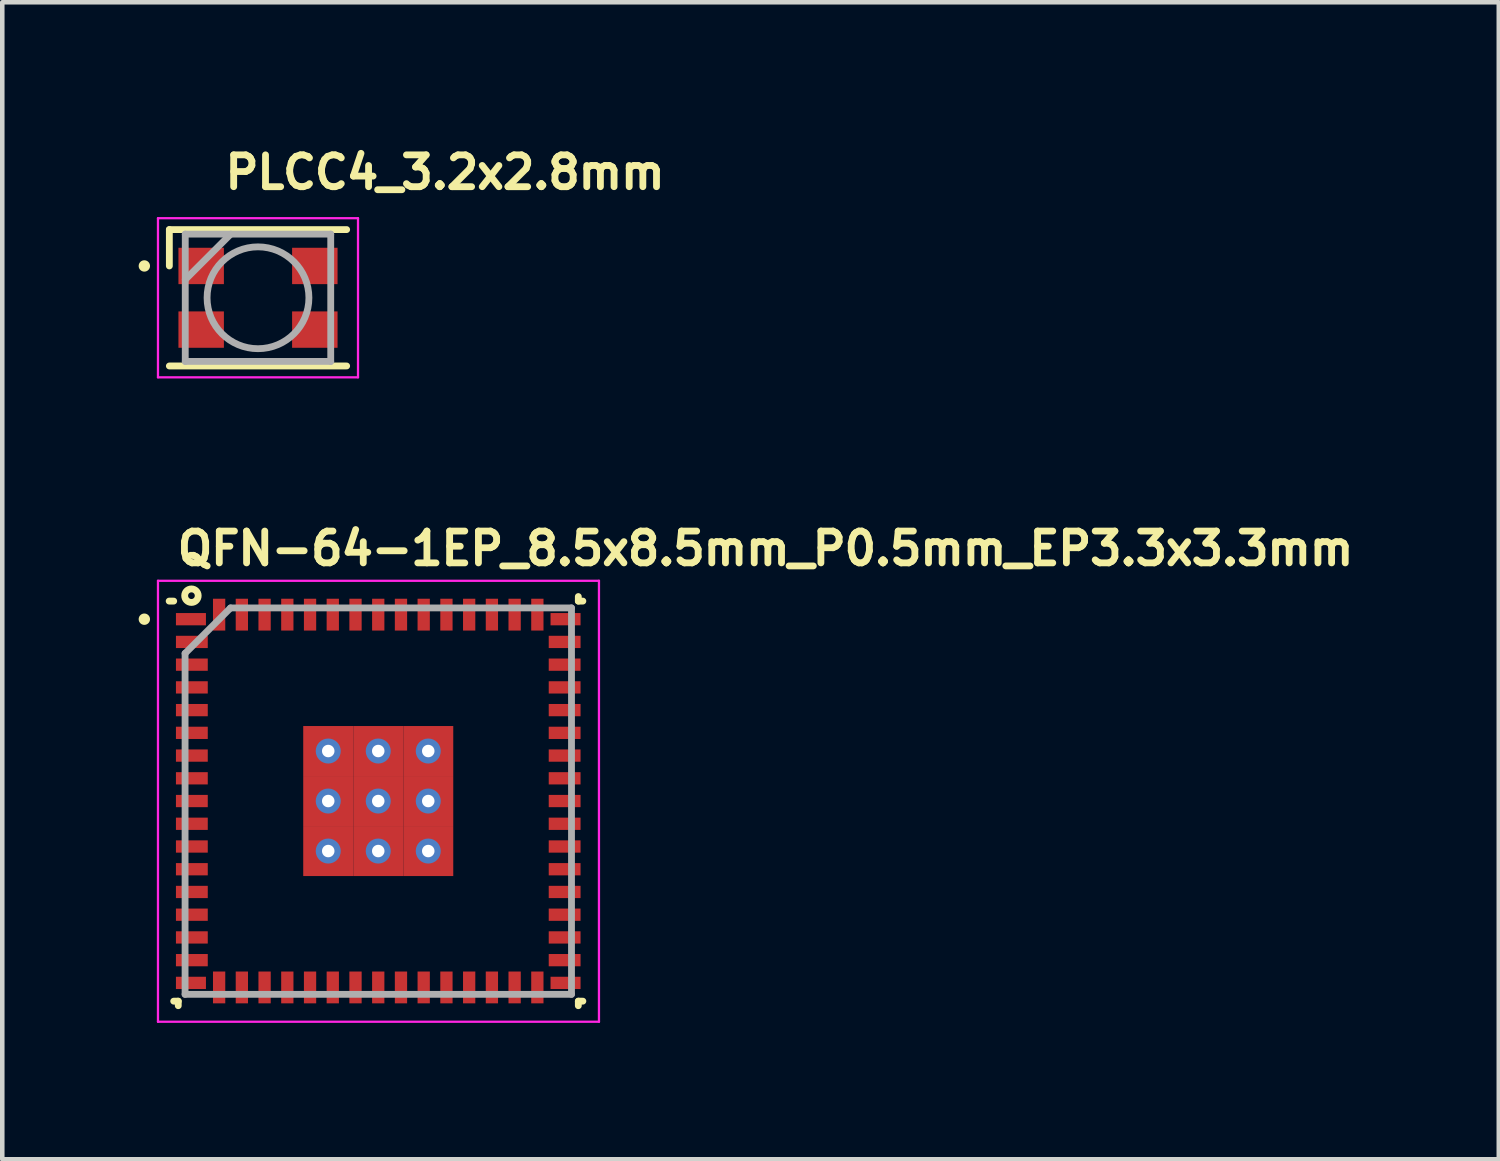
<source format=kicad_pcb>
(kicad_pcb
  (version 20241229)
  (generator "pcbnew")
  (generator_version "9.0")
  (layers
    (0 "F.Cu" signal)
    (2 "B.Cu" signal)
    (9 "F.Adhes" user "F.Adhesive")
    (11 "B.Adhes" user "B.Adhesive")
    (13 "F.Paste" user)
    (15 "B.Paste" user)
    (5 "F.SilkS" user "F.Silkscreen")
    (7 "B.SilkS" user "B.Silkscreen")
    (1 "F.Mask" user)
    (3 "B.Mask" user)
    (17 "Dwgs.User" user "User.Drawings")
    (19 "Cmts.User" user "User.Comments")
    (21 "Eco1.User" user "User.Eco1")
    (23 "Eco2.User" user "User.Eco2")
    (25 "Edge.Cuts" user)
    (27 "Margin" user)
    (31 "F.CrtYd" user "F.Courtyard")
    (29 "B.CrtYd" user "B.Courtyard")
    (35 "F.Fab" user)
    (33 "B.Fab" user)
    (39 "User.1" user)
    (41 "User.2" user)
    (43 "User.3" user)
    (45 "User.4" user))
  (footprint "QFN-64-1EP_8.5x8.5mm_P0.5mm_EP3.3x3.3mm"
    (layer "F.Cu")
    (at 5.225 14.625)
    (property "Reference" "QFN-64-1EP_8.5x8.5mm_P0.5mm_EP3.3x3.3mm" (at -4.45 -5.2 0) (unlocked yes) (layer "F.SilkS") (effects (font (size 0.7 0.7) (thickness 0.15)) (justify left bottom)))
    (attr smd allow_soldermask_bridges)
    (fp_line (start -4.454 -4.453) (end -4.554 -4.453) (stroke (width 0.15) (type solid)) (layer "F.SilkS"))
    (fp_line (start -4.454 4.347) (end -4.354 4.347) (stroke (width 0.15) (type solid)) (layer "F.SilkS"))
    (fp_line (start -4.354 4.347) (end -4.354 4.447) (stroke (width 0.15) (type solid)) (layer "F.SilkS"))
    (fp_line (start 4.446 -4.453) (end 4.446 -4.553) (stroke (width 0.15) (type solid)) (layer "F.SilkS"))
    (fp_line (start 4.446 4.347) (end 4.446 4.447) (stroke (width 0.15) (type solid)) (layer "F.SilkS"))
    (fp_line (start 4.546 -4.453) (end 4.446 -4.453) (stroke (width 0.15) (type solid)) (layer "F.SilkS"))
    (fp_line (start 4.546 4.347) (end 4.446 4.347) (stroke (width 0.15) (type solid)) (layer "F.SilkS"))
    (fp_circle (center -5.1 -4.055) (end -5.05 -4.055) (stroke (width 0.15) (type solid)) (fill yes) (layer "F.SilkS"))
    (fp_circle (center -4.064 -4.572) (end -3.964 -4.462) (stroke (width 0.15) (type solid)) (fill no) (layer "F.SilkS"))
    (fp_line (start -4.8 -4.9) (end 4.9 -4.9) (stroke (width 0.05) (type solid)) (layer "F.CrtYd"))
    (fp_line (start -4.8 4.8) (end -4.8 -4.9) (stroke (width 0.05) (type solid)) (layer "F.CrtYd"))
    (fp_line (start 4.9 -4.9) (end 4.9 4.8) (stroke (width 0.05) (type solid)) (layer "F.CrtYd"))
    (fp_line (start 4.9 4.8) (end -4.8 4.8) (stroke (width 0.05) (type solid)) (layer "F.CrtYd"))
    (fp_line (start -4.204 -3.303) (end -4.204 4.197) (stroke (width 0.15) (type solid)) (layer "F.Fab"))
    (fp_line (start -4.204 4.197) (end 4.296 4.197) (stroke (width 0.15) (type solid)) (layer "F.Fab"))
    (fp_line (start -3.204 -4.303) (end -4.204 -3.303) (stroke (width 0.15) (type solid)) (layer "F.Fab"))
    (fp_line (start 4.296 -4.303) (end -3.204 -4.303) (stroke (width 0.15) (type solid)) (layer "F.Fab"))
    (fp_line (start 4.296 4.197) (end 4.296 -4.303) (stroke (width 0.15) (type solid)) (layer "F.Fab"))
    (pad "1" smd rect (at -4.075 -4.055 90) (size 0.27 0.66) (layers "F.Cu" "F.Mask" "F.Paste"))
    (pad "2" smd rect (at -4.055 -3.555 90) (size 0.27 0.7) (layers "F.Cu" "F.Mask" "F.Paste"))
    (pad "3" smd rect (at -4.055 -3.055 90) (size 0.27 0.7) (layers "F.Cu" "F.Mask" "F.Paste"))
    (pad "4" smd rect (at -4.055 -2.555 90) (size 0.27 0.7) (layers "F.Cu" "F.Mask" "F.Paste"))
    (pad "5" smd rect (at -4.055 -2.055 90) (size 0.27 0.7) (layers "F.Cu" "F.Mask" "F.Paste"))
    (pad "6" smd rect (at -4.055 -1.555 90) (size 0.27 0.7) (layers "F.Cu" "F.Mask" "F.Paste"))
    (pad "7" smd rect (at -4.055 -1.055 90) (size 0.27 0.7) (layers "F.Cu" "F.Mask" "F.Paste"))
    (pad "8" smd rect (at -4.055 -0.555 90) (size 0.27 0.7) (layers "F.Cu" "F.Mask" "F.Paste"))
    (pad "9" smd rect (at -4.055 -0.055 90) (size 0.27 0.7) (layers "F.Cu" "F.Mask" "F.Paste"))
    (pad "10" smd rect (at -4.055 0.445 90) (size 0.27 0.7) (layers "F.Cu" "F.Mask" "F.Paste"))
    (pad "11" smd rect (at -4.055 0.945 90) (size 0.27 0.7) (layers "F.Cu" "F.Mask" "F.Paste"))
    (pad "12" smd rect (at -4.055 1.445 90) (size 0.27 0.7) (layers "F.Cu" "F.Mask" "F.Paste"))
    (pad "13" smd rect (at -4.055 1.945 90) (size 0.27 0.7) (layers "F.Cu" "F.Mask" "F.Paste"))
    (pad "14" smd rect (at -4.055 2.445 90) (size 0.27 0.7) (layers "F.Cu" "F.Mask" "F.Paste"))
    (pad "15" smd rect (at -4.055 2.945 90) (size 0.27 0.7) (layers "F.Cu" "F.Mask" "F.Paste"))
    (pad "16" smd rect (at -4.055 3.445 90) (size 0.27 0.7) (layers "F.Cu" "F.Mask" "F.Paste"))
    (pad "17" smd rect (at -4.075 3.945 90) (size 0.27 0.66) (layers "F.Cu" "F.Mask" "F.Paste"))
    (pad "18" smd rect (at -3.455 4.045) (size 0.27 0.7) (layers "F.Cu" "F.Mask" "F.Paste"))
    (pad "19" smd rect (at -2.955 4.045) (size 0.27 0.7) (layers "F.Cu" "F.Mask" "F.Paste"))
    (pad "20" smd rect (at -2.455 4.045) (size 0.27 0.7) (layers "F.Cu" "F.Mask" "F.Paste"))
    (pad "21" smd rect (at -1.955 4.045) (size 0.27 0.7) (layers "F.Cu" "F.Mask" "F.Paste"))
    (pad "22" smd rect (at -1.455 4.045) (size 0.27 0.7) (layers "F.Cu" "F.Mask" "F.Paste"))
    (pad "23" smd rect (at -0.955 4.045) (size 0.27 0.7) (layers "F.Cu" "F.Mask" "F.Paste"))
    (pad "24" smd rect (at -0.455 4.045) (size 0.27 0.7) (layers "F.Cu" "F.Mask" "F.Paste"))
    (pad "25" smd rect (at 0.045 4.045) (size 0.27 0.7) (layers "F.Cu" "F.Mask" "F.Paste"))
    (pad "26" smd rect (at 0.545 4.045) (size 0.27 0.7) (layers "F.Cu" "F.Mask" "F.Paste"))
    (pad "27" smd rect (at 1.045 4.045) (size 0.27 0.7) (layers "F.Cu" "F.Mask" "F.Paste"))
    (pad "28" smd rect (at 1.545 4.045) (size 0.27 0.7) (layers "F.Cu" "F.Mask" "F.Paste"))
    (pad "29" smd rect (at 2.045 4.045) (size 0.27 0.7) (layers "F.Cu" "F.Mask" "F.Paste"))
    (pad "30" smd rect (at 2.545 4.045) (size 0.27 0.7) (layers "F.Cu" "F.Mask" "F.Paste"))
    (pad "31" smd rect (at 3.045 4.045) (size 0.27 0.7) (layers "F.Cu" "F.Mask" "F.Paste"))
    (pad "32" smd rect (at 3.545 4.045) (size 0.27 0.7) (layers "F.Cu" "F.Mask" "F.Paste"))
    (pad "33" smd rect (at 4.165 3.945 90) (size 0.27 0.66) (layers "F.Cu" "F.Mask" "F.Paste"))
    (pad "34" smd rect (at 4.145 3.445 90) (size 0.27 0.7) (layers "F.Cu" "F.Mask" "F.Paste"))
    (pad "35" smd rect (at 4.145 2.945 90) (size 0.27 0.7) (layers "F.Cu" "F.Mask" "F.Paste"))
    (pad "36" smd rect (at 4.145 2.445 90) (size 0.27 0.7) (layers "F.Cu" "F.Mask" "F.Paste"))
    (pad "37" smd rect (at 4.145 1.945 90) (size 0.27 0.7) (layers "F.Cu" "F.Mask" "F.Paste"))
    (pad "38" smd rect (at 4.145 1.445 90) (size 0.27 0.7) (layers "F.Cu" "F.Mask" "F.Paste"))
    (pad "39" smd rect (at 4.145 0.945 90) (size 0.27 0.7) (layers "F.Cu" "F.Mask" "F.Paste"))
    (pad "40" smd rect (at 4.145 0.445 90) (size 0.27 0.7) (layers "F.Cu" "F.Mask" "F.Paste"))
    (pad "41" smd rect (at 4.145 -0.055 90) (size 0.27 0.7) (layers "F.Cu" "F.Mask" "F.Paste"))
    (pad "42" smd rect (at 4.145 -0.555 90) (size 0.27 0.7) (layers "F.Cu" "F.Mask" "F.Paste"))
    (pad "43" smd rect (at 4.145 -1.055 90) (size 0.27 0.7) (layers "F.Cu" "F.Mask" "F.Paste"))
    (pad "44" smd rect (at 4.145 -1.555 90) (size 0.27 0.7) (layers "F.Cu" "F.Mask" "F.Paste"))
    (pad "45" smd rect (at 4.145 -2.055 90) (size 0.27 0.7) (layers "F.Cu" "F.Mask" "F.Paste"))
    (pad "46" smd rect (at 4.145 -2.555 90) (size 0.27 0.7) (layers "F.Cu" "F.Mask" "F.Paste"))
    (pad "47" smd rect (at 4.145 -3.055 90) (size 0.27 0.7) (layers "F.Cu" "F.Mask" "F.Paste"))
    (pad "48" smd rect (at 4.145 -3.555 90) (size 0.27 0.7) (layers "F.Cu" "F.Mask" "F.Paste"))
    (pad "49" smd rect (at 4.165 -4.055 90) (size 0.27 0.66) (layers "F.Cu" "F.Mask" "F.Paste"))
    (pad "50" smd rect (at 3.545 -4.155) (size 0.27 0.7) (layers "F.Cu" "F.Mask" "F.Paste"))
    (pad "51" smd rect (at 3.045 -4.155) (size 0.27 0.7) (layers "F.Cu" "F.Mask" "F.Paste"))
    (pad "52" smd rect (at 2.545 -4.155) (size 0.27 0.7) (layers "F.Cu" "F.Mask" "F.Paste"))
    (pad "53" smd rect (at 2.045 -4.155) (size 0.27 0.7) (layers "F.Cu" "F.Mask" "F.Paste"))
    (pad "54" smd rect (at 1.545 -4.155) (size 0.27 0.7) (layers "F.Cu" "F.Mask" "F.Paste"))
    (pad "55" smd rect (at 1.045 -4.155) (size 0.27 0.7) (layers "F.Cu" "F.Mask" "F.Paste"))
    (pad "56" smd rect (at 0.545 -4.155) (size 0.27 0.7) (layers "F.Cu" "F.Mask" "F.Paste"))
    (pad "57" smd rect (at 0.045 -4.155) (size 0.27 0.7) (layers "F.Cu" "F.Mask" "F.Paste"))
    (pad "58" smd rect (at -0.455 -4.155) (size 0.27 0.7) (layers "F.Cu" "F.Mask" "F.Paste"))
    (pad "59" smd rect (at -0.955 -4.155) (size 0.27 0.7) (layers "F.Cu" "F.Mask" "F.Paste"))
    (pad "60" smd rect (at -1.455 -4.155) (size 0.27 0.7) (layers "F.Cu" "F.Mask" "F.Paste"))
    (pad "61" smd rect (at -1.955 -4.155) (size 0.27 0.7) (layers "F.Cu" "F.Mask" "F.Paste"))
    (pad "62" smd rect (at -2.455 -4.155) (size 0.27 0.7) (layers "F.Cu" "F.Mask" "F.Paste"))
    (pad "63" smd rect (at -2.955 -4.155) (size 0.27 0.7) (layers "F.Cu" "F.Mask" "F.Paste"))
    (pad "64" smd rect (at -3.455 -4.155) (size 0.27 0.7) (layers "F.Cu" "F.Mask" "F.Paste"))
    (pad "65" thru_hole circle (at -1.055 -1.155) (size 0.55 0.55) (drill 0.275) (layers "*.Cu" "*.Mask"))
    (pad "65" smd rect (at -1.055 -1.155) (size 1.1 1.1) (layers "F.Cu" "F.Mask" "F.Paste"))
    (pad "65" thru_hole circle (at -1.055 -0.055) (size 0.55 0.55) (drill 0.275) (layers "*.Cu" "*.Mask"))
    (pad "65" smd rect (at -1.055 -0.055) (size 1.1 1.1) (layers "F.Cu" "F.Mask" "F.Paste"))
    (pad "65" thru_hole circle (at -1.055 1.045) (size 0.55 0.55) (drill 0.275) (layers "*.Cu" "*.Mask"))
    (pad "65" smd rect (at -1.055 1.045) (size 1.1 1.1) (layers "F.Cu" "F.Mask" "F.Paste"))
    (pad "65" thru_hole circle (at 0.045 -1.155) (size 0.55 0.55) (drill 0.275) (layers "*.Cu" "*.Mask"))
    (pad "65" smd rect (at 0.045 -1.155) (size 1.1 1.1) (layers "F.Cu" "F.Mask" "F.Paste"))
    (pad "65" thru_hole circle (at 0.045 -0.055) (size 0.55 0.55) (drill 0.275) (layers "*.Cu" "*.Mask"))
    (pad "65" smd rect (at 0.045 -0.055) (size 1.1 1.1) (layers "F.Cu" "F.Mask" "F.Paste"))
    (pad "65" thru_hole circle (at 0.045 1.045) (size 0.55 0.55) (drill 0.275) (layers "*.Cu" "*.Mask"))
    (pad "65" smd rect (at 0.045 1.045) (size 1.1 1.1) (layers "F.Cu" "F.Mask" "F.Paste"))
    (pad "65" thru_hole circle (at 1.145 -1.155) (size 0.55 0.55) (drill 0.275) (layers "*.Cu" "*.Mask"))
    (pad "65" smd rect (at 1.145 -1.155) (size 1.1 1.1) (layers "F.Cu" "F.Mask" "F.Paste"))
    (pad "65" thru_hole circle (at 1.145 -0.055) (size 0.55 0.55) (drill 0.275) (layers "*.Cu" "*.Mask"))
    (pad "65" smd rect (at 1.145 -0.055) (size 1.1 1.1) (layers "F.Cu" "F.Mask" "F.Paste"))
    (pad "65" thru_hole circle (at 1.145 1.045) (size 0.55 0.55) (drill 0.275) (layers "*.Cu" "*.Mask"))
    (pad "65" smd rect (at 1.145 1.045) (size 1.1 1.1) (layers "F.Cu" "F.Mask" "F.Paste")))
  (footprint "PLCC4_3.2x2.8mm"
    (layer "F.Cu")
    (at 0.425 1.75)
    (property "Reference" "PLCC4_3.2x2.8mm" (at 1.4 -0.6 0) (unlocked yes) (layer "F.SilkS") (effects (font (size 0.7 0.7) (thickness 0.15)) (justify left bottom)))
    (attr smd)
    (fp_line (start 0.25 0.25) (end 4.15 0.25) (stroke (width 0.15) (type solid)) (layer "F.SilkS"))
    (fp_line (start 0.25 1.05) (end 0.25 0.25) (stroke (width 0.15) (type solid)) (layer "F.SilkS"))
    (fp_line (start 0.25 3.25) (end 4.15 3.25) (stroke (width 0.15) (type solid)) (layer "F.SilkS"))
    (fp_circle (center -0.3 1.05) (end -0.25 1.05) (stroke (width 0.15) (type solid)) (fill yes) (layer "F.SilkS"))
    (fp_line (start 0 0) (end 0 3.5) (stroke (width 0.05) (type solid)) (layer "F.CrtYd"))
    (fp_line (start 0 3.5) (end 4.4 3.5) (stroke (width 0.05) (type solid)) (layer "F.CrtYd"))
    (fp_line (start 4.4 0) (end 0 0) (stroke (width 0.05) (type solid)) (layer "F.CrtYd"))
    (fp_line (start 4.4 3.5) (end 4.4 0) (stroke (width 0.05) (type solid)) (layer "F.CrtYd"))
    (fp_line (start 0.6 0.35) (end 0.6 3.15) (stroke (width 0.15) (type solid)) (layer "F.Fab"))
    (fp_line (start 0.6 3.15) (end 3.8 3.15) (stroke (width 0.15) (type solid)) (layer "F.Fab"))
    (fp_line (start 1.6 0.35) (end 0.6 1.35) (stroke (width 0.15) (type solid)) (layer "F.Fab"))
    (fp_line (start 3.8 0.35) (end 0.6 0.35) (stroke (width 0.15) (type solid)) (layer "F.Fab"))
    (fp_line (start 3.8 3.15) (end 3.8 0.35) (stroke (width 0.15) (type solid)) (layer "F.Fab"))
    (fp_circle (center 2.2 1.75) (end 3.32 1.75) (stroke (width 0.15) (type solid)) (fill no) (layer "F.Fab"))
    (pad "1" smd rect (at 0.95 1.05) (size 1 0.8) (layers "F.Cu" "F.Mask" "F.Paste"))
    (pad "2" smd rect (at 3.45 1.05) (size 1 0.8) (layers "F.Cu" "F.Mask" "F.Paste"))
    (pad "3" smd rect (at 3.45 2.45) (size 1 0.8) (layers "F.Cu" "F.Mask" "F.Paste"))
    (pad "4" smd rect (at 0.95 2.45) (size 1 0.8) (layers "F.Cu" "F.Mask" "F.Paste")))
  (gr_rect
    (start -3 -3)
    (end 29.918 22.45)
    (stroke (width 0.1) (type default))
    (fill no)
    (layer "Edge.Cuts")))
</source>
